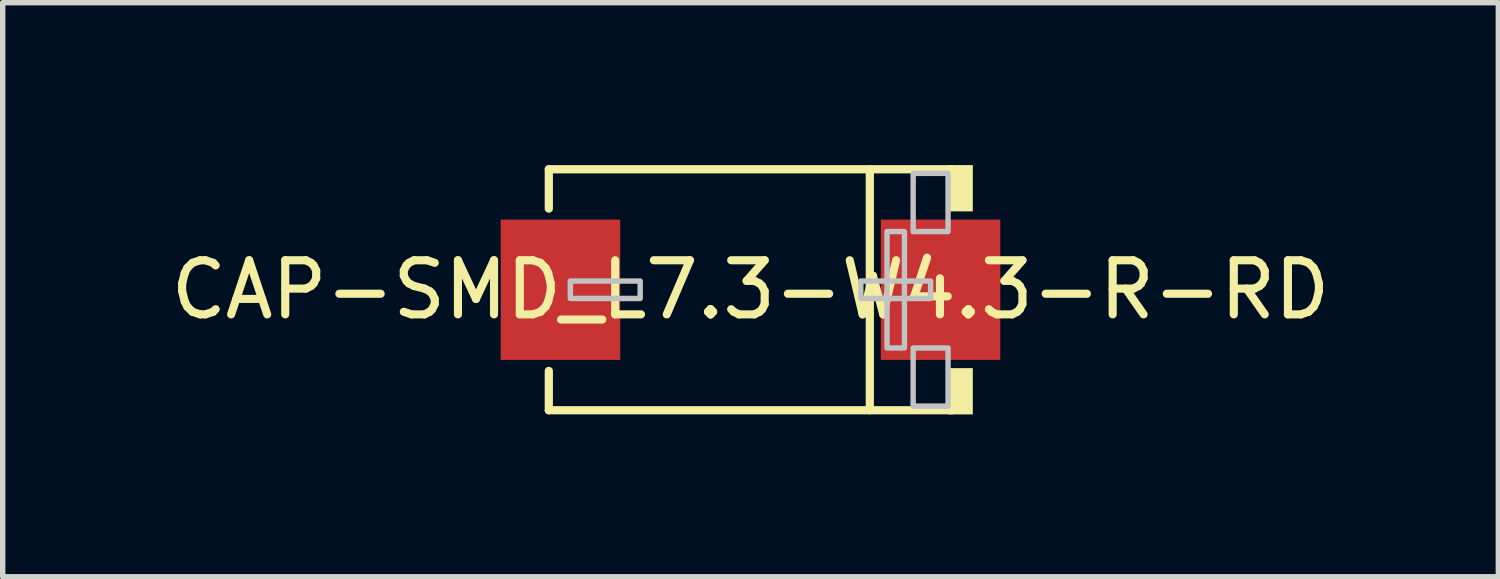
<source format=kicad_pcb>
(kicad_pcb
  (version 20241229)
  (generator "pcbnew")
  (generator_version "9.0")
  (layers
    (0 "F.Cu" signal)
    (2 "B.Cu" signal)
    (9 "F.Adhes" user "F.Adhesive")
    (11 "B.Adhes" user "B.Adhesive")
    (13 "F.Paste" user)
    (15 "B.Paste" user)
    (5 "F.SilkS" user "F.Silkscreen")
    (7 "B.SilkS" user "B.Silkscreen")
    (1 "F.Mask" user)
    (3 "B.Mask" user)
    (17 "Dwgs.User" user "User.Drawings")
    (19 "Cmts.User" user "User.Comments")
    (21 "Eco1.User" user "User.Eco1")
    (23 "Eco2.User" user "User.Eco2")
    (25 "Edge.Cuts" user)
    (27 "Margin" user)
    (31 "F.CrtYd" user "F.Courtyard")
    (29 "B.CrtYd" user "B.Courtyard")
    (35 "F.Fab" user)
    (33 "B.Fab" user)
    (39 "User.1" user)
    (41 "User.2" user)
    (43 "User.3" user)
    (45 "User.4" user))
  (footprint "CAP-SMD_L7.3-W4.3-R-RD"
    (layer "F.Cu")
    (at 10.815 2.303)
    (property "Reference" "CAP-SMD_L7.3-W4.3-R-RD" (at 0 0 0) (unlocked yes) (layer "F.SilkS") (effects (font (size 1 1) (thickness 0.15))))
    (fp_line (start -3.726 -2.226) (end -3.726 -1.499) (stroke (width 0.152) (type default)) (layer "F.SilkS"))
    (fp_line (start -3.726 -2.226) (end 3.726 -2.226) (stroke (width 0.152) (type default)) (layer "F.SilkS"))
    (fp_line (start -3.726 2.226) (end -3.726 1.499) (stroke (width 0.152) (type default)) (layer "F.SilkS"))
    (fp_line (start -3.726 2.226) (end 3.726 2.226) (stroke (width 0.152) (type default)) (layer "F.SilkS"))
    (fp_line (start 2.204 -2.226) (end 2.204 2.226) (stroke (width 0.152) (type default)) (layer "F.SilkS"))
    (fp_poly (pts (xy 3.65 -2.303) (xy 3.65 -1.448) (xy 4.107 -1.448) (xy 4.107 -2.303)) (stroke (width 0) (type default)) (fill yes) (layer "F.SilkS"))
    (fp_poly (pts (xy 3.65 2.303) (xy 3.65 1.448) (xy 4.107 1.448) (xy 4.107 2.303)) (stroke (width 0) (type default)) (fill yes) (layer "F.SilkS"))
    (fp_poly (pts (xy -3.328 0.161) (xy -3.328 -0.161) (xy -2.038 -0.161) (xy -2.038 0.161)) (stroke (width 0.1) (type default)) (fill no) (layer "Dwgs.User"))
    (fp_poly (pts (xy 2.844 1.075) (xy 2.844 -1.075) (xy 2.522 -1.075) (xy 2.522 1.075)) (stroke (width 0.1) (type default)) (fill no) (layer "Dwgs.User"))
    (fp_poly (pts (xy 3.328 0.161) (xy 3.328 -0.161) (xy 2.038 -0.161) (xy 2.038 0.161)) (stroke (width 0.1) (type default)) (fill no) (layer "Dwgs.User"))
    (fp_poly (pts (xy 3.65 -2.15) (xy 3.65 -1.075) (xy 3.005 -1.075) (xy 3.005 -2.15)) (stroke (width 0.1) (type default)) (fill no) (layer "Dwgs.User"))
    (fp_poly (pts (xy 3.65 2.15) (xy 3.65 1.075) (xy 3.005 1.075) (xy 3.005 2.15)) (stroke (width 0.1) (type default)) (fill no) (layer "Dwgs.User"))
    (fp_poly (pts (xy -3.65 1.2) (xy -3.65 -1.2) (xy -2.35 -1.2) (xy -2.35 1.2)) (stroke (width 0.1) (type default)) (fill no) (layer "User.1"))
    (fp_poly (pts (xy 3.65 1.2) (xy 3.65 -1.2) (xy 2.35 -1.2) (xy 2.35 1.2)) (stroke (width 0.1) (type default)) (fill no) (layer "User.1"))
    (fp_line (start -3.65 -2.15) (end 3.65 -2.15) (stroke (width 0.051) (type default)) (layer "User.2"))
    (fp_line (start -3.65 2.15) (end -3.65 -2.15) (stroke (width 0.051) (type default)) (layer "User.2"))
    (fp_line (start 3.65 -2.15) (end 3.65 2.15) (stroke (width 0.051) (type default)) (layer "User.2"))
    (fp_line (start 3.65 2.15) (end -3.65 2.15) (stroke (width 0.051) (type default)) (layer "User.2"))
    (fp_poly (pts (xy 3.71 2.12) (xy 3.692 2.078) (xy 3.65 2.06) (xy 3.608 2.078) (xy 3.59 2.12) (xy 3.608 2.162) (xy 3.65 2.18) (xy 3.692 2.162)) (stroke (width 0.1) (type default)) (fill no) (layer "User.3"))
    (pad "1" smd rect (at 3.511 0) (size 2.208 2.592) (layers "F.Cu" "F.Mask" "F.Paste"))
    (pad "2" smd rect (at -3.511 0) (size 2.208 2.592) (layers "F.Cu" "F.Mask" "F.Paste")))
  (gr_rect
    (start -3 -3)
    (end 24.631 7.605)
    (stroke (width 0.1) (type default))
    (fill no)
    (layer "Edge.Cuts")))
</source>
